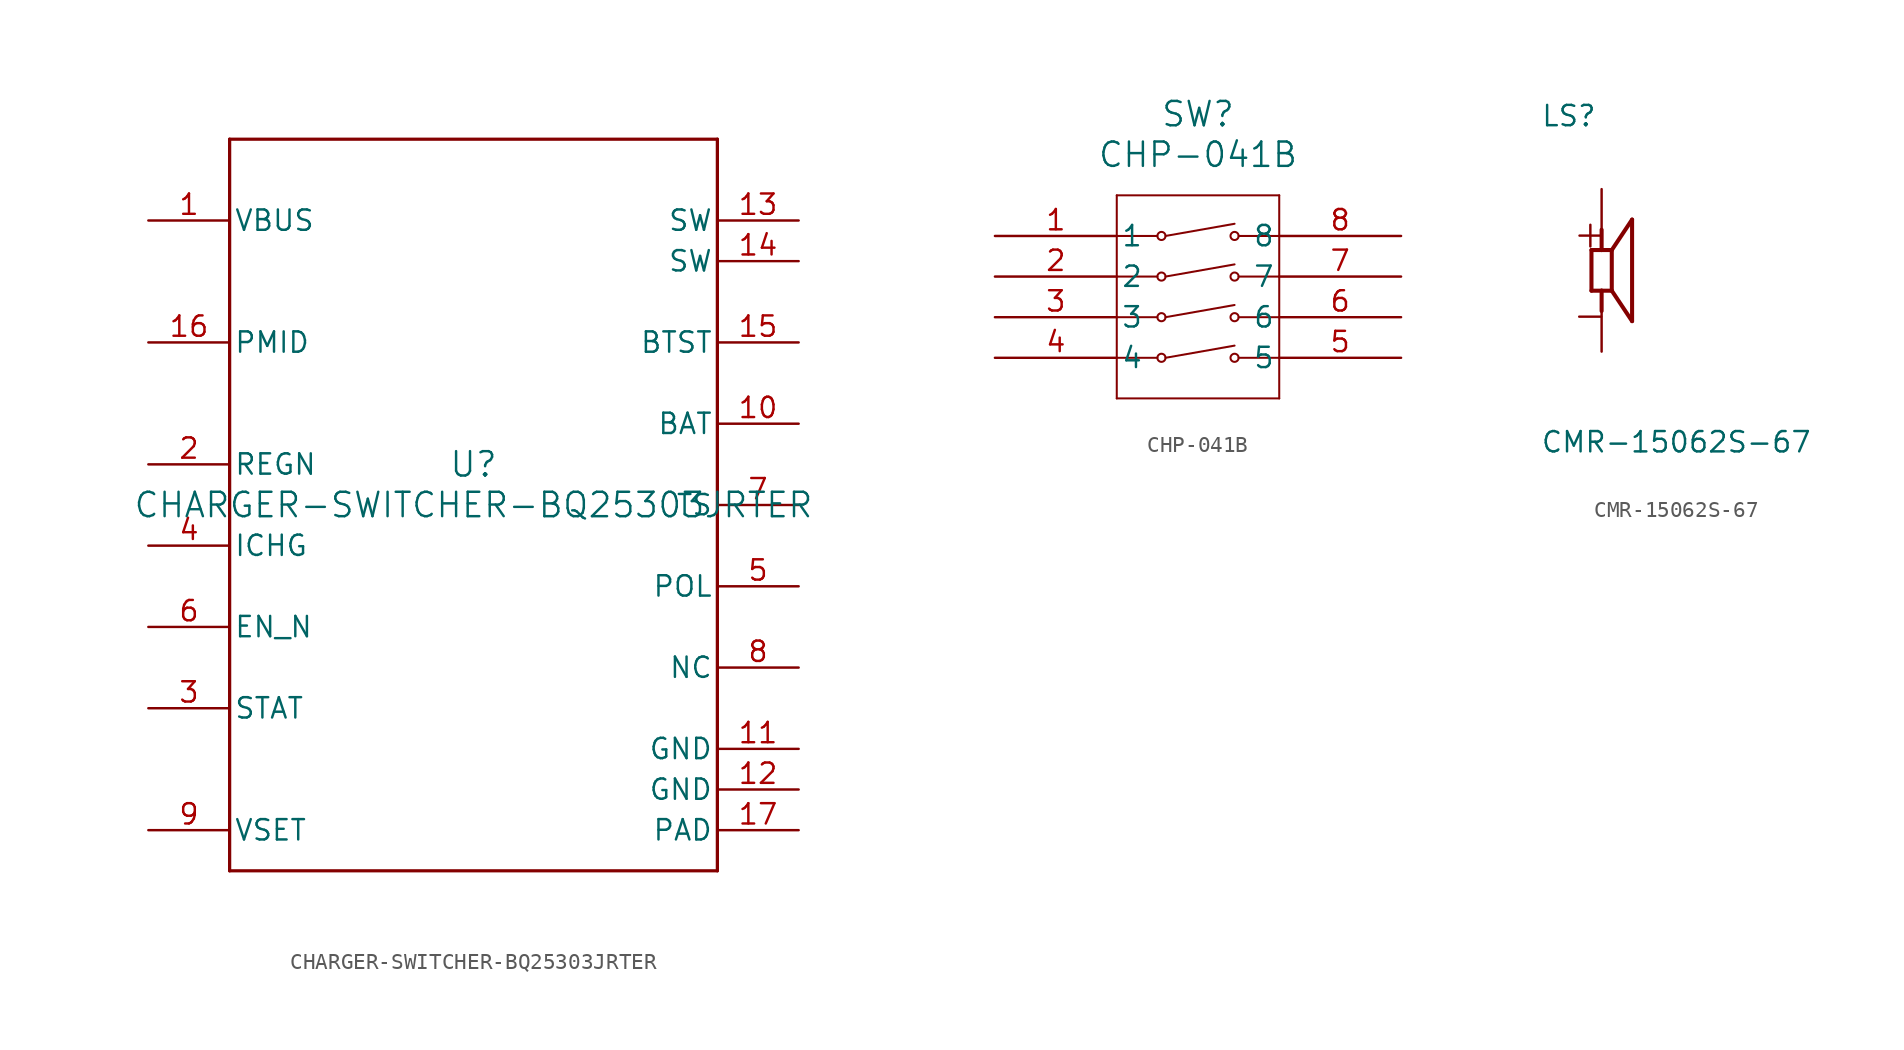
<source format=kicad_sym>
(kicad_symbol_lib
  (version 20241209)
  (generator "kicad_symbol_editor")
  (generator_version "9.0")
  (symbol "CHARGER-SWITCHER-BQ25303JRTER"
    (pin_names
      (offset 0.254))
    (property "Reference" "U"
      (at 0 2.54 0)
      (effects (font (size 1.524 1.524))))
    (property "Value" "CHARGER-SWITCHER-BQ25303JRTER"
      (at 0 0 0)
      (effects (font (size 1.524 1.524))))
    (symbol "CHARGER-SWITCHER-BQ25303JRTER_0_1"
      (polyline (pts (xy -15.24 22.86) (xy -15.24 -22.86)) (stroke (width 0.203) (type default)) (fill (type none)))
      (polyline (pts (xy -15.24 -22.86) (xy 15.24 -22.86)) (stroke (width 0.203) (type default)) (fill (type none)))
      (polyline (pts (xy 15.24 22.86) (xy -15.24 22.86)) (stroke (width 0.203) (type default)) (fill (type none)))
      (polyline (pts (xy 15.24 -22.86) (xy 15.24 22.86)) (stroke (width 0.203) (type default)) (fill (type none)))
      (pin power_in line (at -20.32 17.78 0) (length 5.08) (name "VBUS" (effects (font (size 1.27 1.27)))) (number "1" (effects (font (size 1.27 1.27)))))
      (pin output line (at -20.32 10.16 0) (length 5.08) (name "PMID" (effects (font (size 1.27 1.27)))) (number "16" (effects (font (size 1.27 1.27)))))
      (pin power_in line (at -20.32 2.54 0) (length 5.08) (name "REGN" (effects (font (size 1.27 1.27)))) (number "2" (effects (font (size 1.27 1.27)))))
      (pin output line (at -20.32 -2.54 0) (length 5.08) (name "ICHG" (effects (font (size 1.27 1.27)))) (number "4" (effects (font (size 1.27 1.27)))))
      (pin input line (at -20.32 -7.62 0) (length 5.08) (name "EN_N" (effects (font (size 1.27 1.27)))) (number "6" (effects (font (size 1.27 1.27)))))
      (pin open_collector line (at -20.32 -12.7 0) (length 5.08) (name "STAT" (effects (font (size 1.27 1.27)))) (number "3" (effects (font (size 1.27 1.27)))))
      (pin input line (at -20.32 -20.32 0) (length 5.08) (name "VSET" (effects (font (size 1.27 1.27)))) (number "9" (effects (font (size 1.27 1.27)))))
      (pin power_in line (at 20.32 17.78 180) (length 5.08) (name "SW" (effects (font (size 1.27 1.27)))) (number "13" (effects (font (size 1.27 1.27)))))
      (pin power_in line (at 20.32 15.24 180) (length 5.08) (name "SW" (effects (font (size 1.27 1.27)))) (number "14" (effects (font (size 1.27 1.27)))))
      (pin power_in line (at 20.32 10.16 180) (length 5.08) (name "BTST" (effects (font (size 1.27 1.27)))) (number "15" (effects (font (size 1.27 1.27)))))
      (pin power_in line (at 20.32 5.08 180) (length 5.08) (name "BAT" (effects (font (size 1.27 1.27)))) (number "10" (effects (font (size 1.27 1.27)))))
      (pin input line (at 20.32 0 180) (length 5.08) (name "TS" (effects (font (size 1.27 1.27)))) (number "7" (effects (font (size 1.27 1.27)))))
      (pin unspecified line (at 20.32 -5.08 180) (length 5.08) (name "POL" (effects (font (size 1.27 1.27)))) (number "5" (effects (font (size 1.27 1.27)))))
      (pin unspecified line (at 20.32 -10.16 180) (length 5.08) (name "NC" (effects (font (size 1.27 1.27)))) (number "8" (effects (font (size 1.27 1.27)))))
      (pin power_in line (at 20.32 -15.24 180) (length 5.08) (name "GND" (effects (font (size 1.27 1.27)))) (number "11" (effects (font (size 1.27 1.27)))))
      (pin power_in line (at 20.32 -17.78 180) (length 5.08) (name "GND" (effects (font (size 1.27 1.27)))) (number "12" (effects (font (size 1.27 1.27)))))
      (pin power_in line (at 20.32 -20.32 180) (length 5.08) (name "PAD" (effects (font (size 1.27 1.27)))) (number "17" (effects (font (size 1.27 1.27)))))))
  (symbol "CHP-041B"
    (pin_names
      (offset 0.254))
    (property "Reference" "SW"
      (at 12.7 7.62 0)
      (effects (font (size 1.524 1.524))))
    (property "Value" "CHP-041B"
      (at 12.7 5.08 0)
      (effects (font (size 1.524 1.524))))
    (symbol "CHP-041B_0_1"
      (polyline (pts (xy 7.62 2.54) (xy 7.62 -10.16)) (stroke (width 0.127) (type default)) (fill (type none)))
      (polyline (pts (xy 7.62 0) (xy 10.16 0)) (stroke (width 0.127) (type default)) (fill (type none)))
      (polyline (pts (xy 7.62 -2.54) (xy 10.16 -2.54)) (stroke (width 0.127) (type default)) (fill (type none)))
      (polyline (pts (xy 7.62 -5.08) (xy 10.16 -5.08)) (stroke (width 0.127) (type default)) (fill (type none)))
      (polyline (pts (xy 7.62 -7.62) (xy 10.16 -7.62)) (stroke (width 0.127) (type default)) (fill (type none)))
      (polyline (pts (xy 7.62 -10.16) (xy 17.78 -10.16)) (stroke (width 0.127) (type default)) (fill (type none)))
      (circle (center 10.414 0) (radius 0.254) (stroke (width 0.127) (type default)) (fill (type none)))
      (circle (center 10.414 -2.54) (radius 0.254) (stroke (width 0.127) (type default)) (fill (type none)))
      (circle (center 10.414 -5.08) (radius 0.254) (stroke (width 0.127) (type default)) (fill (type none)))
      (circle (center 10.414 -7.62) (radius 0.254) (stroke (width 0.127) (type default)) (fill (type none)))
      (polyline (pts (xy 10.668 0) (xy 14.986 0.762)) (stroke (width 0.127) (type default)) (fill (type none)))
      (polyline (pts (xy 10.668 -2.54) (xy 14.986 -1.778)) (stroke (width 0.127) (type default)) (fill (type none)))
      (polyline (pts (xy 10.668 -5.08) (xy 14.986 -4.318)) (stroke (width 0.127) (type default)) (fill (type none)))
      (polyline (pts (xy 10.668 -7.62) (xy 14.986 -6.858)) (stroke (width 0.127) (type default)) (fill (type none)))
      (circle (center 14.986 0) (radius 0.254) (stroke (width 0.127) (type default)) (fill (type none)))
      (circle (center 14.986 -2.54) (radius 0.254) (stroke (width 0.127) (type default)) (fill (type none)))
      (circle (center 14.986 -5.08) (radius 0.254) (stroke (width 0.127) (type default)) (fill (type none)))
      (circle (center 14.986 -7.62) (radius 0.254) (stroke (width 0.127) (type default)) (fill (type none)))
      (polyline (pts (xy 15.24 0) (xy 17.78 0)) (stroke (width 0.127) (type default)) (fill (type none)))
      (polyline (pts (xy 15.24 -2.54) (xy 17.78 -2.54)) (stroke (width 0.127) (type default)) (fill (type none)))
      (polyline (pts (xy 15.24 -5.08) (xy 17.78 -5.08)) (stroke (width 0.127) (type default)) (fill (type none)))
      (polyline (pts (xy 15.24 -7.62) (xy 17.78 -7.62)) (stroke (width 0.127) (type default)) (fill (type none)))
      (polyline (pts (xy 17.78 2.54) (xy 7.62 2.54)) (stroke (width 0.127) (type default)) (fill (type none)))
      (polyline (pts (xy 17.78 -10.16) (xy 17.78 2.54)) (stroke (width 0.127) (type default)) (fill (type none)))
      (pin unspecified line (at 0 0 0) (length 7.62) (name "1" (effects (font (size 1.27 1.27)))) (number "1" (effects (font (size 1.27 1.27)))))
      (pin unspecified line (at 0 -2.54 0) (length 7.62) (name "2" (effects (font (size 1.27 1.27)))) (number "2" (effects (font (size 1.27 1.27)))))
      (pin unspecified line (at 0 -5.08 0) (length 7.62) (name "3" (effects (font (size 1.27 1.27)))) (number "3" (effects (font (size 1.27 1.27)))))
      (pin unspecified line (at 0 -7.62 0) (length 7.62) (name "4" (effects (font (size 1.27 1.27)))) (number "4" (effects (font (size 1.27 1.27)))))
      (pin unspecified line (at 25.4 0 180) (length 7.62) (name "8" (effects (font (size 1.27 1.27)))) (number "8" (effects (font (size 1.27 1.27)))))
      (pin unspecified line (at 25.4 -2.54 180) (length 7.62) (name "7" (effects (font (size 1.27 1.27)))) (number "7" (effects (font (size 1.27 1.27)))))
      (pin unspecified line (at 25.4 -5.08 180) (length 7.62) (name "6" (effects (font (size 1.27 1.27)))) (number "6" (effects (font (size 1.27 1.27)))))
      (pin unspecified line (at 25.4 -7.62 180) (length 7.62) (name "5" (effects (font (size 1.27 1.27)))) (number "5" (effects (font (size 1.27 1.27)))))))
  (symbol "CMR-15062S-67"
    (pin_numbers
      (hide yes))
    (pin_names
      (offset 1.016)
      (hide yes))
    (property "Reference" "LS"
      (at -3.81 8.915 0)
      (effects (font (size 1.27 1.27)) (justify left bottom)))
    (property "Value" "CMR-15062S-67"
      (at -3.835 -11.481 0)
      (effects (font (size 1.27 1.27)) (justify left bottom)))
    (symbol "CMR-15062S-67_0_0"
      (polyline (pts (xy -0.635 1.27) (xy 0 1.27)) (stroke (width 0.254) (type default)) (fill (type none)))
      (polyline (pts (xy -0.635 -1.27) (xy -0.635 1.27)) (stroke (width 0.254) (type default)) (fill (type none)))
      (polyline (pts (xy 0 1.27) (xy 0 2.54)) (stroke (width 0.254) (type default)) (fill (type none)))
      (polyline (pts (xy 0 1.27) (xy 0.635 1.27)) (stroke (width 0.254) (type default)) (fill (type none)))
      (polyline (pts (xy 0 -1.27) (xy -0.635 -1.27)) (stroke (width 0.254) (type default)) (fill (type none)))
      (polyline (pts (xy 0 -1.27) (xy 0 -2.54)) (stroke (width 0.254) (type default)) (fill (type none)))
      (polyline (pts (xy 0.635 1.27) (xy 0.635 -1.27)) (stroke (width 0.254) (type default)) (fill (type none)))
      (polyline (pts (xy 0.635 1.27) (xy 1.905 3.175)) (stroke (width 0.254) (type default)) (fill (type none)))
      (polyline (pts (xy 0.635 -1.27) (xy 0 -1.27)) (stroke (width 0.254) (type default)) (fill (type none)))
      (polyline (pts (xy 1.905 3.175) (xy 1.905 -3.175)) (stroke (width 0.254) (type default)) (fill (type none)))
      (polyline (pts (xy 1.905 -3.175) (xy 0.635 -1.27)) (stroke (width 0.254) (type default)) (fill (type none)))
      (text "-" (at -1.93 -3.81 0) (effects (font (size 1.803 1.803)) (justify left bottom)))
      (text "+" (at -1.905 1.27 0) (effects (font (size 1.778 1.778)) (justify left bottom)))
      (pin passive line (at 0 5.08 270) (length 2.54) (name "~" (effects (font (size 1.016 1.016)))) (number "P" (effects (font (size 1.016 1.016)))))
      (pin passive line (at 0 -5.08 90) (length 2.54) (name "~" (effects (font (size 1.016 1.016)))) (number "N" (effects (font (size 1.016 1.016))))))))
</source>
